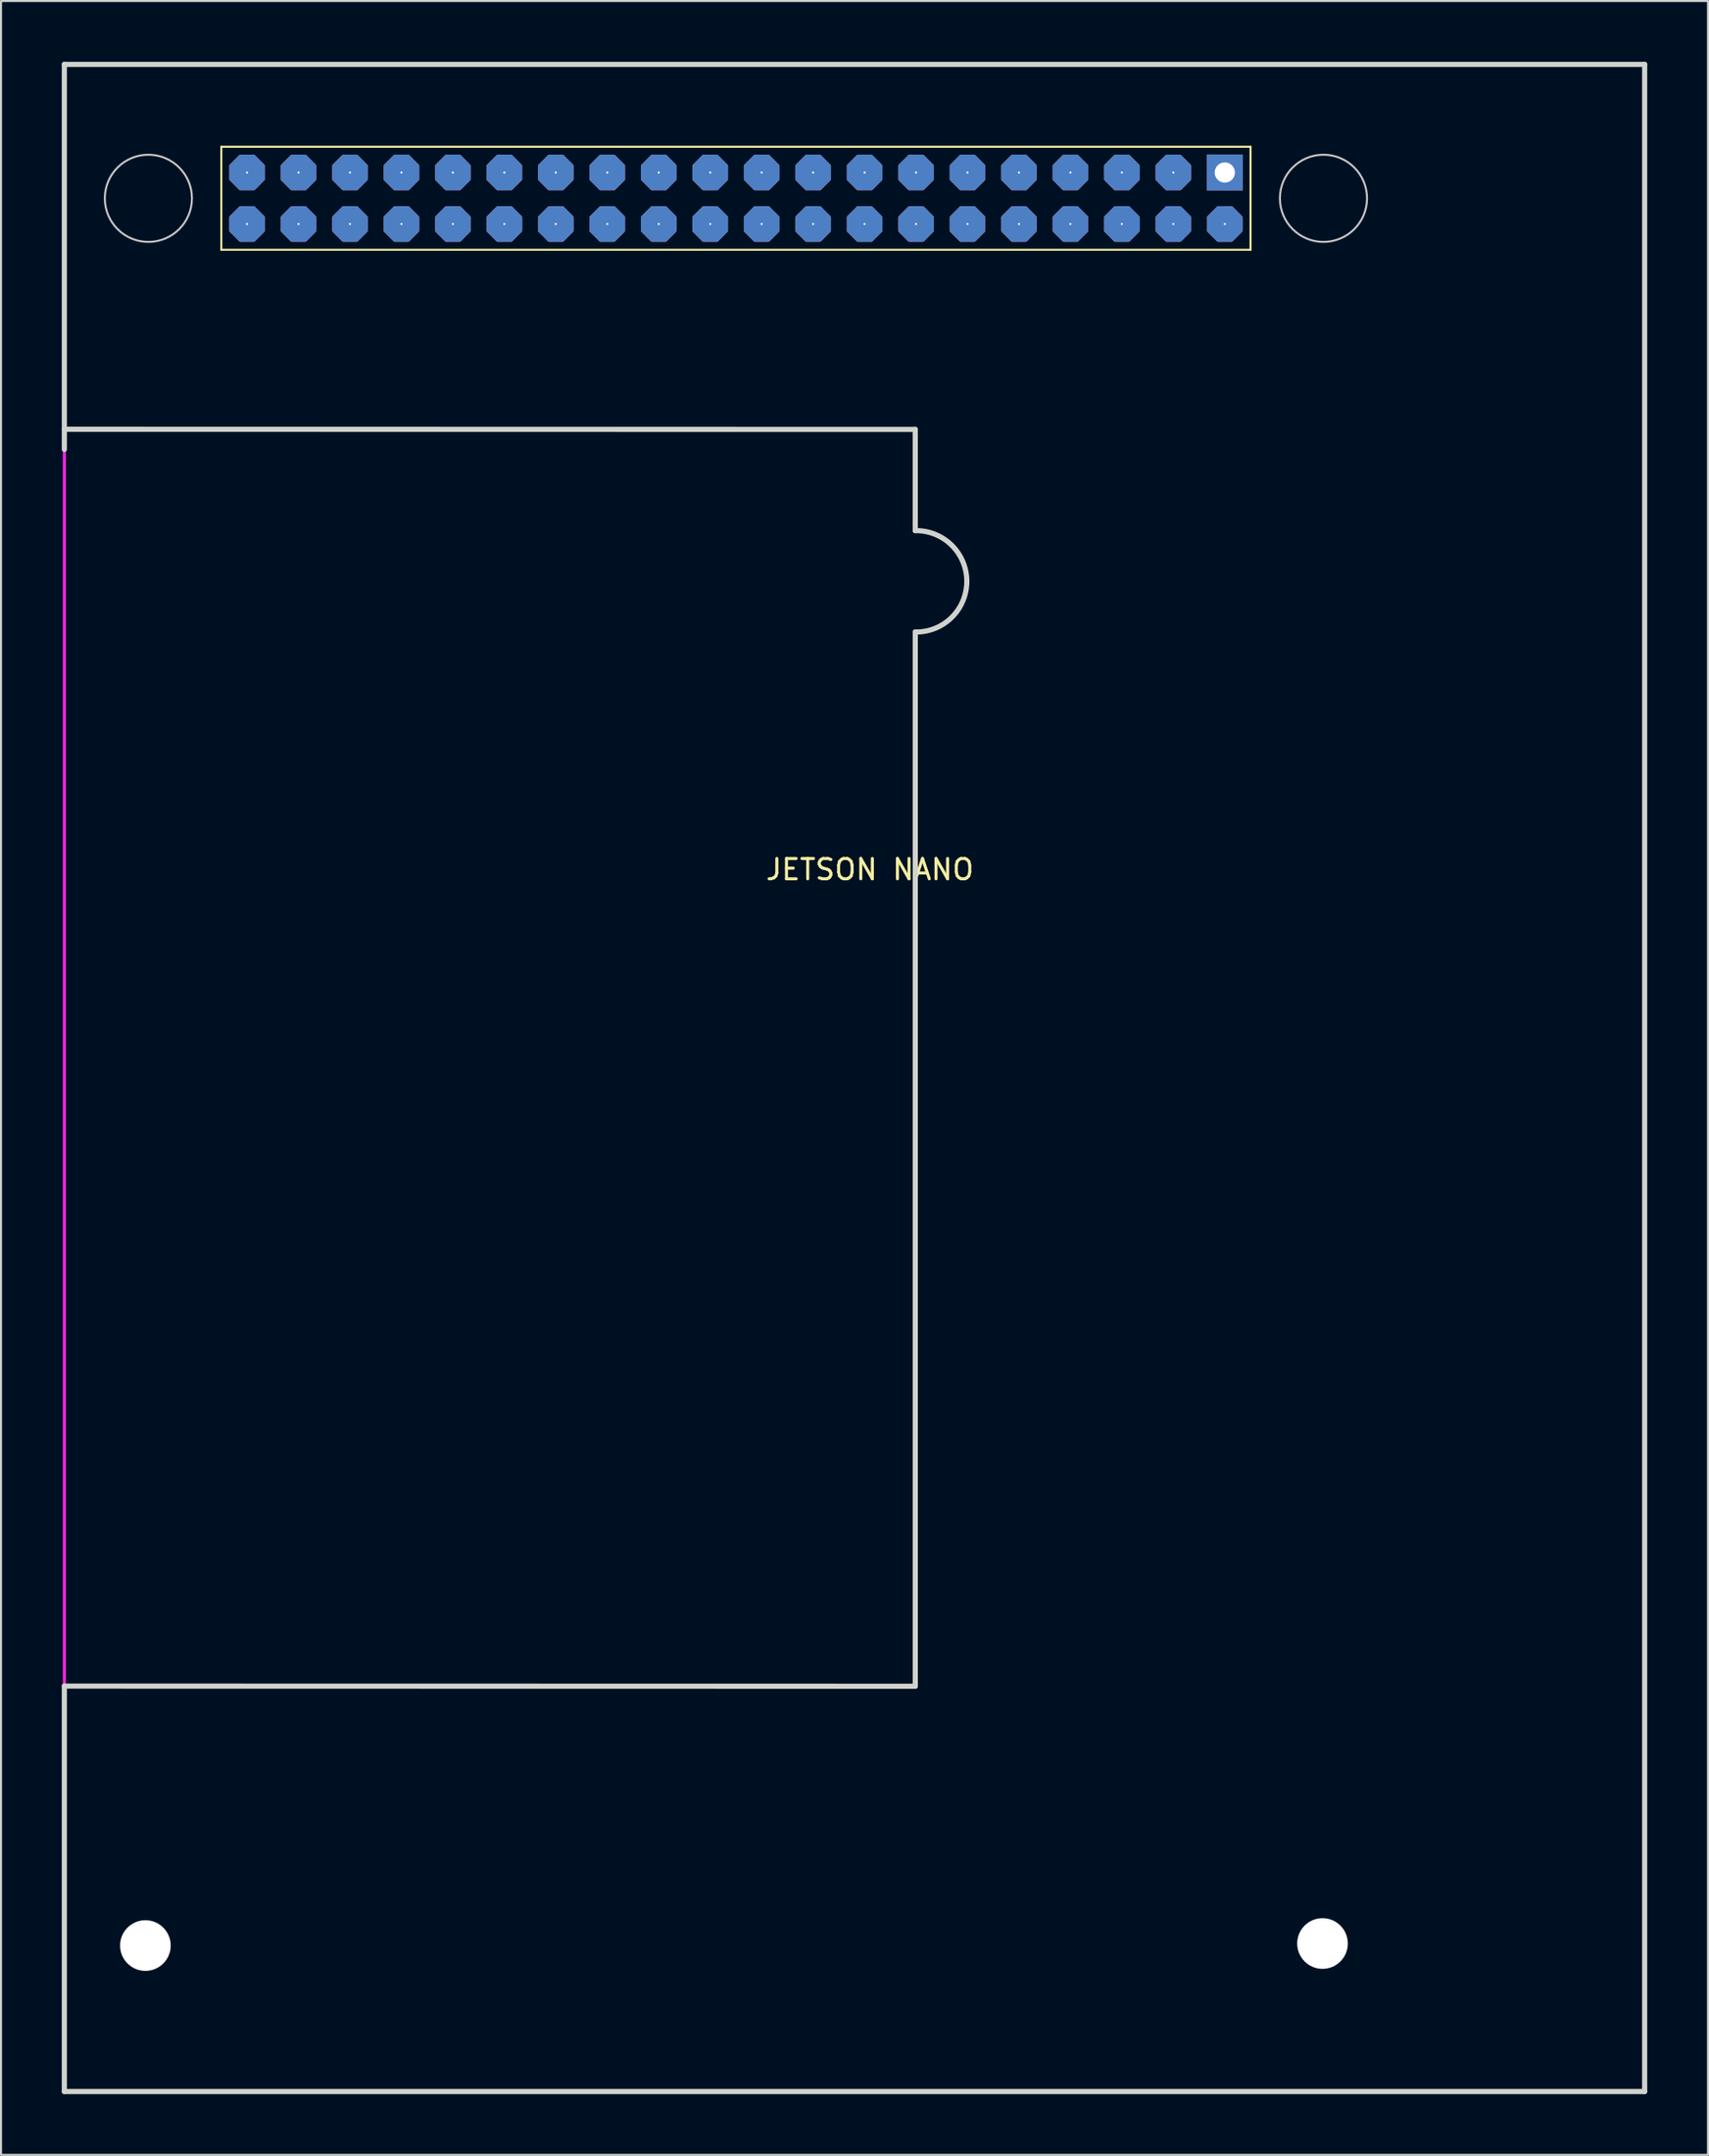
<source format=kicad_pcb>
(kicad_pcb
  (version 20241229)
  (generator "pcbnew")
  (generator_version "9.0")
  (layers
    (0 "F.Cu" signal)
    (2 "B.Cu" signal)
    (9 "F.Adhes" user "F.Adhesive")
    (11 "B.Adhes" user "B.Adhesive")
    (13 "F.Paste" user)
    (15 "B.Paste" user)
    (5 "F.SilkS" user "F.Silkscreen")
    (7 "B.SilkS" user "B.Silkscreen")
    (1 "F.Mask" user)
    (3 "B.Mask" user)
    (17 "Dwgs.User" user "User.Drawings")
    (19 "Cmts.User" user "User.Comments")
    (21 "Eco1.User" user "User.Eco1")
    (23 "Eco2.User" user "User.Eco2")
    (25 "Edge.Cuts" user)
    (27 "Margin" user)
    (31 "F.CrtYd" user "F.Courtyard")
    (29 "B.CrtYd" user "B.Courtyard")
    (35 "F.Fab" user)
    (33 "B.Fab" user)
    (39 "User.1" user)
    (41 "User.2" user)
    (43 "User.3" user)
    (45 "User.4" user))
  (footprint "JETSON NANO"
    (layer "F.Cu")
    (at 34.671 43.053)
    (property "Reference" "JETSON NANO" (at 0 -3.207 0) (layer "F.SilkS") (effects (font (size 1 1) (thickness 0.15)) (justify left)))
    (attr through_hole)
    (fp_line (start -26.797 -38.862) (end 24.003 -38.862) (stroke (width 0.1) (type solid)) (layer "F.SilkS"))
    (fp_line (start -26.797 -33.782) (end -26.797 -38.862) (stroke (width 0.1) (type solid)) (layer "F.SilkS"))
    (fp_line (start 24.003 -38.862) (end 24.003 -33.782) (stroke (width 0.1) (type solid)) (layer "F.SilkS"))
    (fp_line (start 24.003 -33.782) (end -26.797 -33.782) (stroke (width 0.1) (type solid)) (layer "F.SilkS"))
    (fp_arc (start -28.247 -36.317) (mid -32.547001 -36.318333) (end -28.247002 -36.322334) (stroke (width 0.1) (type solid)) (layer "Dwgs.User"))
    (fp_arc (start 29.753 -36.317) (mid 25.452999 -36.318333) (end 29.752998 -36.322334) (stroke (width 0.1) (type solid)) (layer "Dwgs.User"))
    (fp_line (start -34.544 -42.926) (end -34.544 -23.934) (stroke (width 0.254) (type solid)) (layer "Edge.Cuts"))
    (fp_line (start -34.544 -42.926) (end 43.456 -42.926) (stroke (width 0.254) (type solid)) (layer "Edge.Cuts"))
    (fp_line (start -34.544 -24.926) (end 7.456 -24.918) (stroke (width 0.254) (type solid)) (layer "Edge.Cuts"))
    (fp_line (start -34.544 37.074) (end -34.544 57.074) (stroke (width 0.254) (type solid)) (layer "Edge.Cuts"))
    (fp_line (start -34.544 37.074) (end 7.456 37.082) (stroke (width 0.254) (type solid)) (layer "Edge.Cuts"))
    (fp_line (start -34.544 57.074) (end 43.456 57.074) (stroke (width 0.254) (type solid)) (layer "Edge.Cuts"))
    (fp_line (start 7.454 -19.925) (end 7.454 -24.918) (stroke (width 0.254) (type solid)) (layer "Edge.Cuts"))
    (fp_line (start 7.456 -14.926) (end 7.456 37.074) (stroke (width 0.254) (type solid)) (layer "Edge.Cuts"))
    (fp_line (start 43.456 -42.926) (end 43.456 57.074) (stroke (width 0.254) (type solid)) (layer "Edge.Cuts"))
    (fp_arc (start 7.454 -19.925) (mid 9.999405 -17.425638) (end 7.455276 -14.924977) (stroke (width 0.254) (type solid)) (layer "Edge.Cuts"))
    (fp_line (start -34.544 -42.926) (end 43.459 -42.926) (stroke (width 0.152) (type solid)) (layer "F.CrtYd"))
    (fp_line (start -34.544 57.074) (end -34.544 -42.926) (stroke (width 0.152) (type solid)) (layer "F.CrtYd"))
    (fp_line (start 43.459 -42.926) (end 43.459 57.074) (stroke (width 0.152) (type solid)) (layer "F.CrtYd"))
    (fp_line (start 43.459 57.074) (end -34.544 57.074) (stroke (width 0.152) (type solid)) (layer "F.CrtYd"))
    (pad "" np_thru_hole circle (at -30.544 49.874) (size 2.5 2.5) (drill 2.5) (layers "*.Cu" "*.Mask"))
    (pad "" np_thru_hole circle (at 27.556 49.774) (size 2.5 2.5) (drill 2.5) (layers "*.Cu" "*.Mask"))
    (pad "1" thru_hole rect (at 22.733 -37.592) (size 1.778 1.778) (drill oval 1) (layers "*.Cu" "*.Mask"))
    (pad "2" thru_hole custom (at 22.733 -35.052) (size 0.102 0.102) (drill oval 1) (layers "*.Cu" "*.Mask") (options (anchor circle)) (primitives (gr_poly (pts (xy -0.821 0.34) (xy -0.34 0.821) (xy 0.34 0.821) (xy 0.821 0.34) (xy 0.821 -0.34) (xy 0.34 -0.821) (xy -0.34 -0.821) (xy -0.821 -0.34)) (width 0.12) (fill yes))))
    (pad "3" thru_hole custom (at 20.193 -37.592) (size 0.102 0.102) (drill oval 1) (layers "*.Cu" "*.Mask") (options (anchor circle)) (primitives (gr_poly (pts (xy -0.821 0.34) (xy -0.34 0.821) (xy 0.34 0.821) (xy 0.821 0.34) (xy 0.821 -0.34) (xy 0.34 -0.821) (xy -0.34 -0.821) (xy -0.821 -0.34)) (width 0.12) (fill yes))))
    (pad "4" thru_hole custom (at 20.193 -35.052) (size 0.102 0.102) (drill oval 1) (layers "*.Cu" "*.Mask") (options (anchor circle)) (primitives (gr_poly (pts (xy -0.821 0.34) (xy -0.34 0.821) (xy 0.34 0.821) (xy 0.821 0.34) (xy 0.821 -0.34) (xy 0.34 -0.821) (xy -0.34 -0.821) (xy -0.821 -0.34)) (width 0.12) (fill yes))))
    (pad "5" thru_hole custom (at 17.653 -37.592) (size 0.102 0.102) (drill oval 1) (layers "*.Cu" "*.Mask") (options (anchor circle)) (primitives (gr_poly (pts (xy -0.821 0.34) (xy -0.34 0.821) (xy 0.34 0.821) (xy 0.821 0.34) (xy 0.821 -0.34) (xy 0.34 -0.821) (xy -0.34 -0.821) (xy -0.821 -0.34)) (width 0.12) (fill yes))))
    (pad "6" thru_hole custom (at 17.653 -35.052) (size 0.102 0.102) (drill oval 1) (layers "*.Cu" "*.Mask") (options (anchor circle)) (primitives (gr_poly (pts (xy -0.821 0.34) (xy -0.34 0.821) (xy 0.34 0.821) (xy 0.821 0.34) (xy 0.821 -0.34) (xy 0.34 -0.821) (xy -0.34 -0.821) (xy -0.821 -0.34)) (width 0.12) (fill yes))))
    (pad "7" thru_hole custom (at 15.113 -37.592) (size 0.102 0.102) (drill oval 1) (layers "*.Cu" "*.Mask") (options (anchor circle)) (primitives (gr_poly (pts (xy -0.821 0.34) (xy -0.34 0.821) (xy 0.34 0.821) (xy 0.821 0.34) (xy 0.821 -0.34) (xy 0.34 -0.821) (xy -0.34 -0.821) (xy -0.821 -0.34)) (width 0.12) (fill yes))))
    (pad "8" thru_hole custom (at 15.113 -35.052) (size 0.102 0.102) (drill oval 1) (layers "*.Cu" "*.Mask") (options (anchor circle)) (primitives (gr_poly (pts (xy -0.821 0.34) (xy -0.34 0.821) (xy 0.34 0.821) (xy 0.821 0.34) (xy 0.821 -0.34) (xy 0.34 -0.821) (xy -0.34 -0.821) (xy -0.821 -0.34)) (width 0.12) (fill yes))))
    (pad "9" thru_hole custom (at 12.573 -37.592) (size 0.102 0.102) (drill oval 1) (layers "*.Cu" "*.Mask") (options (anchor circle)) (primitives (gr_poly (pts (xy -0.821 0.34) (xy -0.34 0.821) (xy 0.34 0.821) (xy 0.821 0.34) (xy 0.821 -0.34) (xy 0.34 -0.821) (xy -0.34 -0.821) (xy -0.821 -0.34)) (width 0.12) (fill yes))))
    (pad "10" thru_hole custom (at 12.573 -35.052) (size 0.102 0.102) (drill oval 1) (layers "*.Cu" "*.Mask") (options (anchor circle)) (primitives (gr_poly (pts (xy -0.821 0.34) (xy -0.34 0.821) (xy 0.34 0.821) (xy 0.821 0.34) (xy 0.821 -0.34) (xy 0.34 -0.821) (xy -0.34 -0.821) (xy -0.821 -0.34)) (width 0.12) (fill yes))))
    (pad "11" thru_hole custom (at 10.033 -37.592) (size 0.102 0.102) (drill oval 1) (layers "*.Cu" "*.Mask") (options (anchor circle)) (primitives (gr_poly (pts (xy -0.821 0.34) (xy -0.34 0.821) (xy 0.34 0.821) (xy 0.821 0.34) (xy 0.821 -0.34) (xy 0.34 -0.821) (xy -0.34 -0.821) (xy -0.821 -0.34)) (width 0.12) (fill yes))))
    (pad "12" thru_hole custom (at 10.033 -35.052) (size 0.102 0.102) (drill oval 1) (layers "*.Cu" "*.Mask") (options (anchor circle)) (primitives (gr_poly (pts (xy -0.821 0.34) (xy -0.34 0.821) (xy 0.34 0.821) (xy 0.821 0.34) (xy 0.821 -0.34) (xy 0.34 -0.821) (xy -0.34 -0.821) (xy -0.821 -0.34)) (width 0.12) (fill yes))))
    (pad "13" thru_hole custom (at 7.493 -37.592) (size 0.102 0.102) (drill oval 1) (layers "*.Cu" "*.Mask") (options (anchor circle)) (primitives (gr_poly (pts (xy -0.821 0.34) (xy -0.34 0.821) (xy 0.34 0.821) (xy 0.821 0.34) (xy 0.821 -0.34) (xy 0.34 -0.821) (xy -0.34 -0.821) (xy -0.821 -0.34)) (width 0.12) (fill yes))))
    (pad "14" thru_hole custom (at 7.493 -35.052) (size 0.102 0.102) (drill oval 1) (layers "*.Cu" "*.Mask") (options (anchor circle)) (primitives (gr_poly (pts (xy -0.821 0.34) (xy -0.34 0.821) (xy 0.34 0.821) (xy 0.821 0.34) (xy 0.821 -0.34) (xy 0.34 -0.821) (xy -0.34 -0.821) (xy -0.821 -0.34)) (width 0.12) (fill yes))))
    (pad "15" thru_hole custom (at 4.953 -37.592) (size 0.102 0.102) (drill oval 1) (layers "*.Cu" "*.Mask") (options (anchor circle)) (primitives (gr_poly (pts (xy -0.821 0.34) (xy -0.34 0.821) (xy 0.34 0.821) (xy 0.821 0.34) (xy 0.821 -0.34) (xy 0.34 -0.821) (xy -0.34 -0.821) (xy -0.821 -0.34)) (width 0.12) (fill yes))))
    (pad "16" thru_hole custom (at 4.953 -35.052) (size 0.102 0.102) (drill oval 1) (layers "*.Cu" "*.Mask") (options (anchor circle)) (primitives (gr_poly (pts (xy -0.821 0.34) (xy -0.34 0.821) (xy 0.34 0.821) (xy 0.821 0.34) (xy 0.821 -0.34) (xy 0.34 -0.821) (xy -0.34 -0.821) (xy -0.821 -0.34)) (width 0.12) (fill yes))))
    (pad "17" thru_hole custom (at 2.413 -37.592) (size 0.102 0.102) (drill oval 1) (layers "*.Cu" "*.Mask") (options (anchor circle)) (primitives (gr_poly (pts (xy -0.821 0.34) (xy -0.34 0.821) (xy 0.34 0.821) (xy 0.821 0.34) (xy 0.821 -0.34) (xy 0.34 -0.821) (xy -0.34 -0.821) (xy -0.821 -0.34)) (width 0.12) (fill yes))))
    (pad "18" thru_hole custom (at 2.413 -35.052) (size 0.102 0.102) (drill oval 1) (layers "*.Cu" "*.Mask") (options (anchor circle)) (primitives (gr_poly (pts (xy -0.821 0.34) (xy -0.34 0.821) (xy 0.34 0.821) (xy 0.821 0.34) (xy 0.821 -0.34) (xy 0.34 -0.821) (xy -0.34 -0.821) (xy -0.821 -0.34)) (width 0.12) (fill yes))))
    (pad "19" thru_hole custom (at -0.127 -37.592) (size 0.102 0.102) (drill oval 1) (layers "*.Cu" "*.Mask") (options (anchor circle)) (primitives (gr_poly (pts (xy -0.821 0.34) (xy -0.34 0.821) (xy 0.34 0.821) (xy 0.821 0.34) (xy 0.821 -0.34) (xy 0.34 -0.821) (xy -0.34 -0.821) (xy -0.821 -0.34)) (width 0.12) (fill yes))))
    (pad "20" thru_hole custom (at -0.127 -35.052) (size 0.102 0.102) (drill oval 1) (layers "*.Cu" "*.Mask") (options (anchor circle)) (primitives (gr_poly (pts (xy -0.821 0.34) (xy -0.34 0.821) (xy 0.34 0.821) (xy 0.821 0.34) (xy 0.821 -0.34) (xy 0.34 -0.821) (xy -0.34 -0.821) (xy -0.821 -0.34)) (width 0.12) (fill yes))))
    (pad "21" thru_hole custom (at -2.667 -37.592) (size 0.102 0.102) (drill oval 1) (layers "*.Cu" "*.Mask") (options (anchor circle)) (primitives (gr_poly (pts (xy -0.821 0.34) (xy -0.34 0.821) (xy 0.34 0.821) (xy 0.821 0.34) (xy 0.821 -0.34) (xy 0.34 -0.821) (xy -0.34 -0.821) (xy -0.821 -0.34)) (width 0.12) (fill yes))))
    (pad "22" thru_hole custom (at -2.667 -35.052) (size 0.102 0.102) (drill oval 1) (layers "*.Cu" "*.Mask") (options (anchor circle)) (primitives (gr_poly (pts (xy -0.821 0.34) (xy -0.34 0.821) (xy 0.34 0.821) (xy 0.821 0.34) (xy 0.821 -0.34) (xy 0.34 -0.821) (xy -0.34 -0.821) (xy -0.821 -0.34)) (width 0.12) (fill yes))))
    (pad "23" thru_hole custom (at -5.207 -37.592) (size 0.102 0.102) (drill oval 1) (layers "*.Cu" "*.Mask") (options (anchor circle)) (primitives (gr_poly (pts (xy -0.821 0.34) (xy -0.34 0.821) (xy 0.34 0.821) (xy 0.821 0.34) (xy 0.821 -0.34) (xy 0.34 -0.821) (xy -0.34 -0.821) (xy -0.821 -0.34)) (width 0.12) (fill yes))))
    (pad "24" thru_hole custom (at -5.207 -35.052) (size 0.102 0.102) (drill oval 1) (layers "*.Cu" "*.Mask") (options (anchor circle)) (primitives (gr_poly (pts (xy -0.821 0.34) (xy -0.34 0.821) (xy 0.34 0.821) (xy 0.821 0.34) (xy 0.821 -0.34) (xy 0.34 -0.821) (xy -0.34 -0.821) (xy -0.821 -0.34)) (width 0.12) (fill yes))))
    (pad "25" thru_hole custom (at -7.747 -37.592) (size 0.102 0.102) (drill oval 1) (layers "*.Cu" "*.Mask") (options (anchor circle)) (primitives (gr_poly (pts (xy -0.821 0.34) (xy -0.34 0.821) (xy 0.34 0.821) (xy 0.821 0.34) (xy 0.821 -0.34) (xy 0.34 -0.821) (xy -0.34 -0.821) (xy -0.821 -0.34)) (width 0.12) (fill yes))))
    (pad "26" thru_hole custom (at -7.747 -35.052) (size 0.102 0.102) (drill oval 1) (layers "*.Cu" "*.Mask") (options (anchor circle)) (primitives (gr_poly (pts (xy -0.821 0.34) (xy -0.34 0.821) (xy 0.34 0.821) (xy 0.821 0.34) (xy 0.821 -0.34) (xy 0.34 -0.821) (xy -0.34 -0.821) (xy -0.821 -0.34)) (width 0.12) (fill yes))))
    (pad "27" thru_hole custom (at -10.287 -37.592) (size 0.102 0.102) (drill oval 1) (layers "*.Cu" "*.Mask") (options (anchor circle)) (primitives (gr_poly (pts (xy -0.821 0.34) (xy -0.34 0.821) (xy 0.34 0.821) (xy 0.821 0.34) (xy 0.821 -0.34) (xy 0.34 -0.821) (xy -0.34 -0.821) (xy -0.821 -0.34)) (width 0.12) (fill yes))))
    (pad "28" thru_hole custom (at -10.287 -35.052) (size 0.102 0.102) (drill oval 1) (layers "*.Cu" "*.Mask") (options (anchor circle)) (primitives (gr_poly (pts (xy -0.821 0.34) (xy -0.34 0.821) (xy 0.34 0.821) (xy 0.821 0.34) (xy 0.821 -0.34) (xy 0.34 -0.821) (xy -0.34 -0.821) (xy -0.821 -0.34)) (width 0.12) (fill yes))))
    (pad "29" thru_hole custom (at -12.827 -37.592) (size 0.102 0.102) (drill oval 1) (layers "*.Cu" "*.Mask") (options (anchor circle)) (primitives (gr_poly (pts (xy -0.821 0.34) (xy -0.34 0.821) (xy 0.34 0.821) (xy 0.821 0.34) (xy 0.821 -0.34) (xy 0.34 -0.821) (xy -0.34 -0.821) (xy -0.821 -0.34)) (width 0.12) (fill yes))))
    (pad "30" thru_hole custom (at -12.827 -35.052) (size 0.102 0.102) (drill oval 1) (layers "*.Cu" "*.Mask") (options (anchor circle)) (primitives (gr_poly (pts (xy -0.821 0.34) (xy -0.34 0.821) (xy 0.34 0.821) (xy 0.821 0.34) (xy 0.821 -0.34) (xy 0.34 -0.821) (xy -0.34 -0.821) (xy -0.821 -0.34)) (width 0.12) (fill yes))))
    (pad "31" thru_hole custom (at -15.367 -37.592) (size 0.102 0.102) (drill oval 1) (layers "*.Cu" "*.Mask") (options (anchor circle)) (primitives (gr_poly (pts (xy -0.821 0.34) (xy -0.34 0.821) (xy 0.34 0.821) (xy 0.821 0.34) (xy 0.821 -0.34) (xy 0.34 -0.821) (xy -0.34 -0.821) (xy -0.821 -0.34)) (width 0.12) (fill yes))))
    (pad "32" thru_hole custom (at -15.367 -35.052) (size 0.102 0.102) (drill oval 1) (layers "*.Cu" "*.Mask") (options (anchor circle)) (primitives (gr_poly (pts (xy -0.821 0.34) (xy -0.34 0.821) (xy 0.34 0.821) (xy 0.821 0.34) (xy 0.821 -0.34) (xy 0.34 -0.821) (xy -0.34 -0.821) (xy -0.821 -0.34)) (width 0.12) (fill yes))))
    (pad "33" thru_hole custom (at -17.907 -37.592) (size 0.102 0.102) (drill oval 1) (layers "*.Cu" "*.Mask") (options (anchor circle)) (primitives (gr_poly (pts (xy -0.821 0.34) (xy -0.34 0.821) (xy 0.34 0.821) (xy 0.821 0.34) (xy 0.821 -0.34) (xy 0.34 -0.821) (xy -0.34 -0.821) (xy -0.821 -0.34)) (width 0.12) (fill yes))))
    (pad "34" thru_hole custom (at -17.907 -35.052) (size 0.102 0.102) (drill oval 1) (layers "*.Cu" "*.Mask") (options (anchor circle)) (primitives (gr_poly (pts (xy -0.821 0.34) (xy -0.34 0.821) (xy 0.34 0.821) (xy 0.821 0.34) (xy 0.821 -0.34) (xy 0.34 -0.821) (xy -0.34 -0.821) (xy -0.821 -0.34)) (width 0.12) (fill yes))))
    (pad "35" thru_hole custom (at -20.447 -37.592) (size 0.102 0.102) (drill oval 1) (layers "*.Cu" "*.Mask") (options (anchor circle)) (primitives (gr_poly (pts (xy -0.821 0.34) (xy -0.34 0.821) (xy 0.34 0.821) (xy 0.821 0.34) (xy 0.821 -0.34) (xy 0.34 -0.821) (xy -0.34 -0.821) (xy -0.821 -0.34)) (width 0.12) (fill yes))))
    (pad "36" thru_hole custom (at -20.447 -35.052) (size 0.102 0.102) (drill oval 1) (layers "*.Cu" "*.Mask") (options (anchor circle)) (primitives (gr_poly (pts (xy -0.821 0.34) (xy -0.34 0.821) (xy 0.34 0.821) (xy 0.821 0.34) (xy 0.821 -0.34) (xy 0.34 -0.821) (xy -0.34 -0.821) (xy -0.821 -0.34)) (width 0.12) (fill yes))))
    (pad "37" thru_hole custom (at -22.987 -37.592) (size 0.102 0.102) (drill oval 1) (layers "*.Cu" "*.Mask") (options (anchor circle)) (primitives (gr_poly (pts (xy -0.821 0.34) (xy -0.34 0.821) (xy 0.34 0.821) (xy 0.821 0.34) (xy 0.821 -0.34) (xy 0.34 -0.821) (xy -0.34 -0.821) (xy -0.821 -0.34)) (width 0.12) (fill yes))))
    (pad "38" thru_hole custom (at -22.987 -35.052) (size 0.102 0.102) (drill oval 1) (layers "*.Cu" "*.Mask") (options (anchor circle)) (primitives (gr_poly (pts (xy -0.821 0.34) (xy -0.34 0.821) (xy 0.34 0.821) (xy 0.821 0.34) (xy 0.821 -0.34) (xy 0.34 -0.821) (xy -0.34 -0.821) (xy -0.821 -0.34)) (width 0.12) (fill yes))))
    (pad "39" thru_hole custom (at -25.527 -37.592) (size 0.102 0.102) (drill oval 1) (layers "*.Cu" "*.Mask") (options (anchor circle)) (primitives (gr_poly (pts (xy -0.821 0.34) (xy -0.34 0.821) (xy 0.34 0.821) (xy 0.821 0.34) (xy 0.821 -0.34) (xy 0.34 -0.821) (xy -0.34 -0.821) (xy -0.821 -0.34)) (width 0.12) (fill yes))))
    (pad "40" thru_hole custom (at -25.527 -35.052) (size 0.102 0.102) (drill oval 1) (layers "*.Cu" "*.Mask") (options (anchor circle)) (primitives (gr_poly (pts (xy -0.821 0.34) (xy -0.34 0.821) (xy 0.34 0.821) (xy 0.821 0.34) (xy 0.821 -0.34) (xy 0.34 -0.821) (xy -0.34 -0.821) (xy -0.821 -0.34)) (width 0.12) (fill yes)))))
  (gr_rect
    (start -3 -3)
    (end 81.254 103.254)
    (stroke (width 0.1) (type default))
    (fill no)
    (layer "Edge.Cuts")))
</source>
